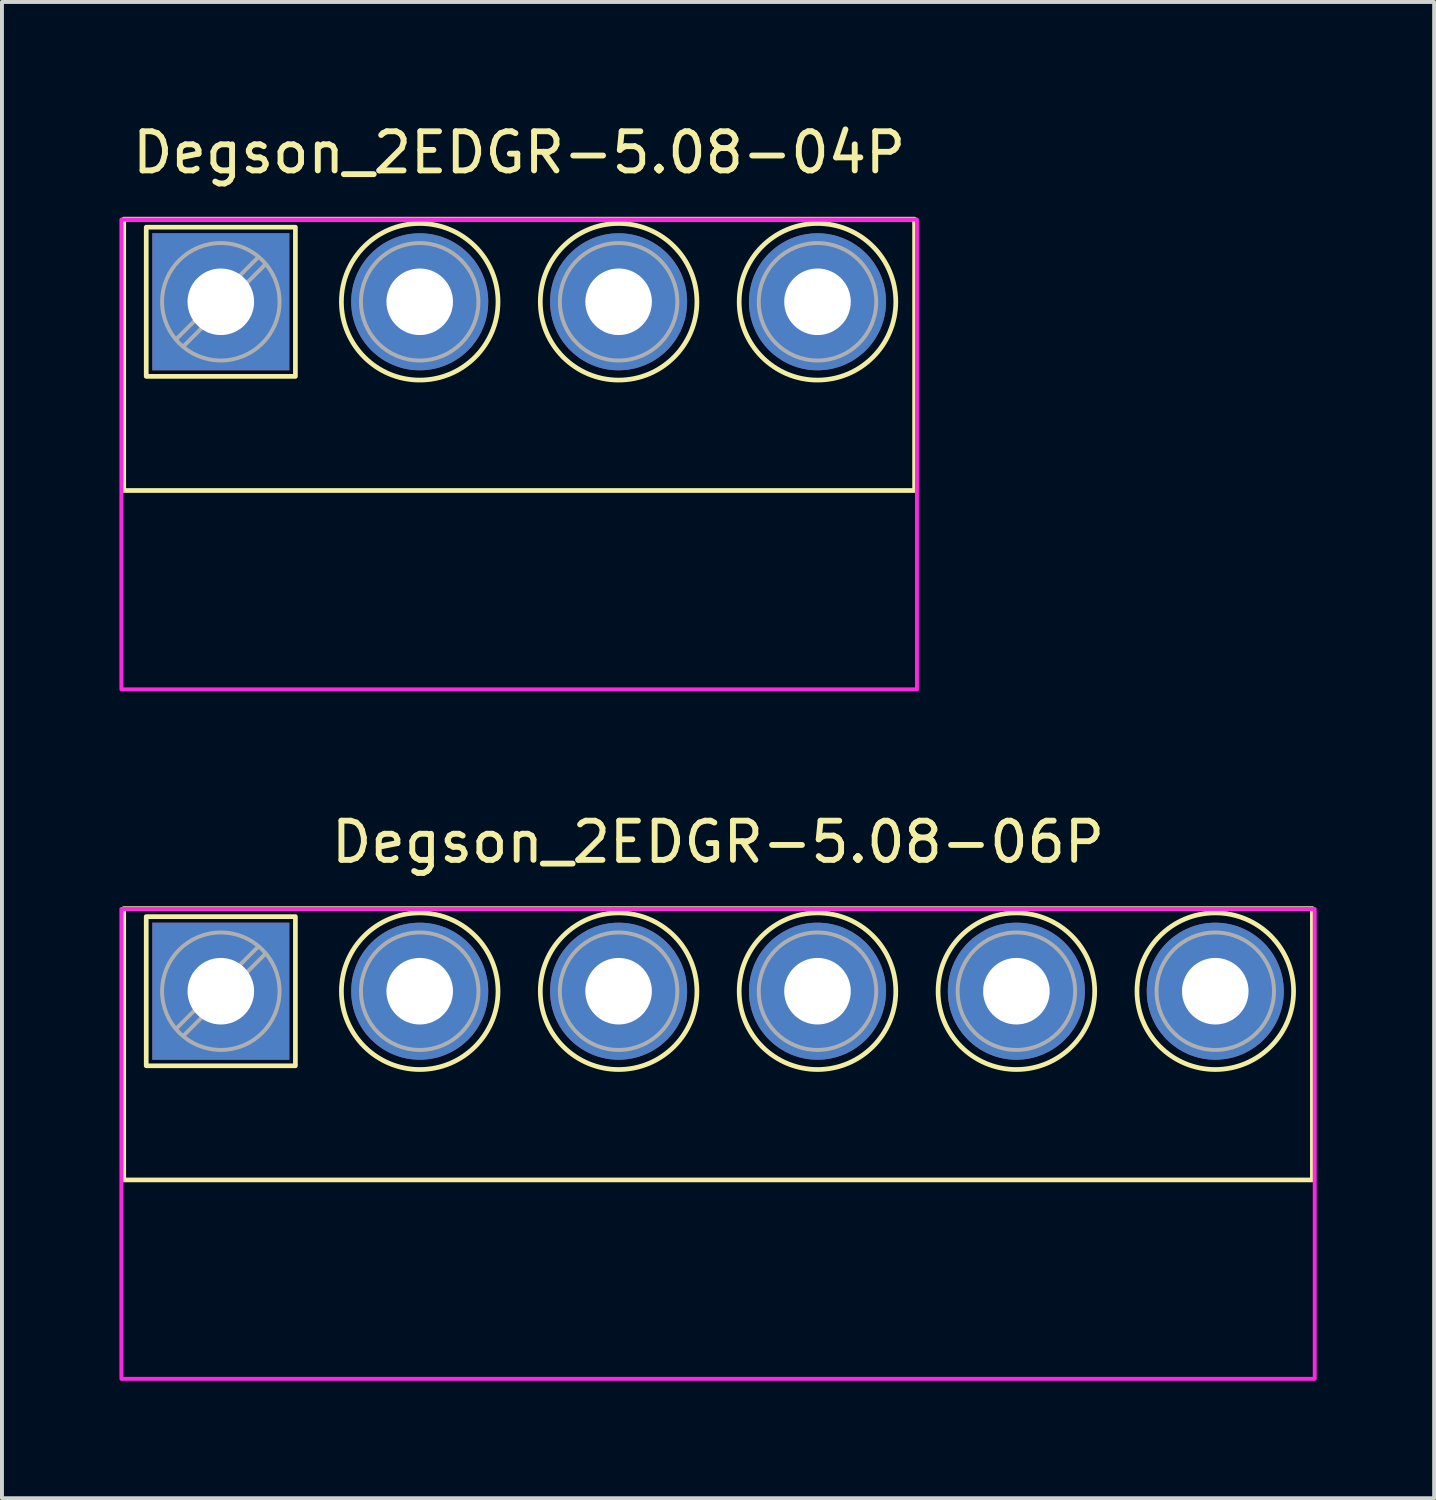
<source format=kicad_pcb>
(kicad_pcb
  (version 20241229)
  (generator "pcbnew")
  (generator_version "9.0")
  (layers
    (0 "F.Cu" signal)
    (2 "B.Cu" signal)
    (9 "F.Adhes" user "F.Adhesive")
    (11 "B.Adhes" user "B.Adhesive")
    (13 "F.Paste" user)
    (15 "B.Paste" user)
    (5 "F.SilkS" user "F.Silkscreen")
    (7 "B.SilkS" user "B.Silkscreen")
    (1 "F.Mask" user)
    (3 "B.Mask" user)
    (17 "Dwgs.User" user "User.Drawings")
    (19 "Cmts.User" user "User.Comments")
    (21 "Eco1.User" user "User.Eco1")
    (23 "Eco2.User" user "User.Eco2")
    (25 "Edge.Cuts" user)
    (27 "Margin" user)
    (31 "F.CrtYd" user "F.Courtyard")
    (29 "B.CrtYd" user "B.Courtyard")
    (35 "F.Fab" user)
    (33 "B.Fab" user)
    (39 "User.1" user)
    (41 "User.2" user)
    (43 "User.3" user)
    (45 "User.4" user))
  (footprint "Degson_2EDGR-5.08-06P"
    (layer "F.Cu")
    (at 2.59 22.267)
    (property "Reference" "Degson_2EDGR-5.08-06P" (at 12.7 -3.81 0) (layer "F.SilkS") (effects (font (size 1 1) (thickness 0.15))))
    (attr through_hole)
    (fp_rect (start -2.48 -2.11) (end 27.88 4.82) (stroke (width 0.12) (type default)) (fill no) (layer "F.SilkS"))
    (fp_rect (start -1.905 -1.905) (end 1.905 1.905) (stroke (width 0.12) (type default)) (fill no) (layer "F.SilkS"))
    (fp_circle (center 5.08 0) (end 7.08 0) (stroke (width 0.12) (type solid)) (fill no) (layer "F.SilkS"))
    (fp_circle (center 10.16 0) (end 12.16 0) (stroke (width 0.12) (type solid)) (fill no) (layer "F.SilkS"))
    (fp_circle (center 15.24 0) (end 17.24 0) (stroke (width 0.12) (type solid)) (fill no) (layer "F.SilkS"))
    (fp_circle (center 20.32 0) (end 22.32 0) (stroke (width 0.12) (type solid)) (fill no) (layer "F.SilkS"))
    (fp_circle (center 25.4 0) (end 27.4 0) (stroke (width 0.12) (type solid)) (fill no) (layer "F.SilkS"))
    (fp_rect (start -2.54 -2.1) (end 27.94 9.9) (stroke (width 0.1) (type default)) (fill no) (layer "F.CrtYd"))
    (fp_line (start 0.955 -1.138) (end -1.138 0.955) (stroke (width 0.1) (type solid)) (layer "F.Fab"))
    (fp_line (start 1.138 -0.955) (end -0.955 1.138) (stroke (width 0.1) (type solid)) (layer "F.Fab"))
    (fp_circle (center 0 0) (end 1.5 0) (stroke (width 0.1) (type solid)) (fill no) (layer "F.Fab"))
    (fp_circle (center 5.08 0) (end 6.58 0) (stroke (width 0.1) (type solid)) (fill no) (layer "F.Fab"))
    (fp_circle (center 10.16 0) (end 11.66 0) (stroke (width 0.1) (type solid)) (fill no) (layer "F.Fab"))
    (fp_circle (center 15.24 0) (end 16.74 0) (stroke (width 0.1) (type solid)) (fill no) (layer "F.Fab"))
    (fp_circle (center 20.32 0) (end 21.82 0) (stroke (width 0.1) (type solid)) (fill no) (layer "F.Fab"))
    (fp_circle (center 25.4 0) (end 26.9 0) (stroke (width 0.1) (type solid)) (fill no) (layer "F.Fab"))
    (pad "1" thru_hole rect (at 0 0) (size 3.5 3.5) (drill 1.7) (layers "*.Cu" "*.Mask"))
    (pad "2" thru_hole circle (at 5.08 0) (size 3.5 3.5) (drill 1.7) (layers "*.Cu" "*.Mask"))
    (pad "3" thru_hole circle (at 10.16 0) (size 3.5 3.5) (drill 1.7) (layers "*.Cu" "*.Mask"))
    (pad "4" thru_hole circle (at 15.24 0) (size 3.5 3.5) (drill 1.7) (layers "*.Cu" "*.Mask"))
    (pad "5" thru_hole circle (at 20.32 0) (size 3.5 3.5) (drill 1.7) (layers "*.Cu" "*.Mask"))
    (pad "6" thru_hole circle (at 25.4 0) (size 3.5 3.5) (drill 1.7) (layers "*.Cu" "*.Mask")))
  (footprint "Degson_2EDGR-5.08-04P"
    (layer "F.Cu")
    (at 2.59 4.658)
    (property "Reference" "Degson_2EDGR-5.08-04P" (at 7.62 -3.81 0) (layer "F.SilkS") (effects (font (size 1 1) (thickness 0.15))))
    (attr through_hole)
    (fp_rect (start -2.48 -2.11) (end 17.72 4.82) (stroke (width 0.12) (type default)) (fill no) (layer "F.SilkS"))
    (fp_rect (start -1.905 -1.905) (end 1.905 1.905) (stroke (width 0.12) (type default)) (fill no) (layer "F.SilkS"))
    (fp_circle (center 5.08 0) (end 7.08 0) (stroke (width 0.12) (type solid)) (fill no) (layer "F.SilkS"))
    (fp_circle (center 10.16 0) (end 12.16 0) (stroke (width 0.12) (type solid)) (fill no) (layer "F.SilkS"))
    (fp_circle (center 15.24 0) (end 17.24 0) (stroke (width 0.12) (type solid)) (fill no) (layer "F.SilkS"))
    (fp_rect (start -2.54 -2.1) (end 17.78 9.9) (stroke (width 0.1) (type default)) (fill no) (layer "F.CrtYd"))
    (fp_line (start 0.955 -1.138) (end -1.138 0.955) (stroke (width 0.1) (type solid)) (layer "F.Fab"))
    (fp_line (start 1.138 -0.955) (end -0.955 1.138) (stroke (width 0.1) (type solid)) (layer "F.Fab"))
    (fp_circle (center 0 0) (end 1.5 0) (stroke (width 0.1) (type solid)) (fill no) (layer "F.Fab"))
    (fp_circle (center 5.08 0) (end 6.58 0) (stroke (width 0.1) (type solid)) (fill no) (layer "F.Fab"))
    (fp_circle (center 10.16 0) (end 11.66 0) (stroke (width 0.1) (type solid)) (fill no) (layer "F.Fab"))
    (fp_circle (center 15.24 0) (end 16.74 0) (stroke (width 0.1) (type solid)) (fill no) (layer "F.Fab"))
    (pad "1" thru_hole rect (at 0 0) (size 3.5 3.5) (drill 1.7) (layers "*.Cu" "*.Mask"))
    (pad "2" thru_hole circle (at 5.08 0) (size 3.5 3.5) (drill 1.7) (layers "*.Cu" "*.Mask"))
    (pad "3" thru_hole circle (at 10.16 0) (size 3.5 3.5) (drill 1.7) (layers "*.Cu" "*.Mask"))
    (pad "4" thru_hole circle (at 15.24 0) (size 3.5 3.5) (drill 1.7) (layers "*.Cu" "*.Mask")))
  (gr_rect
    (start -3 -3)
    (end 33.58 35.217)
    (stroke (width 0.1) (type default))
    (fill no)
    (layer "Edge.Cuts")))
</source>
